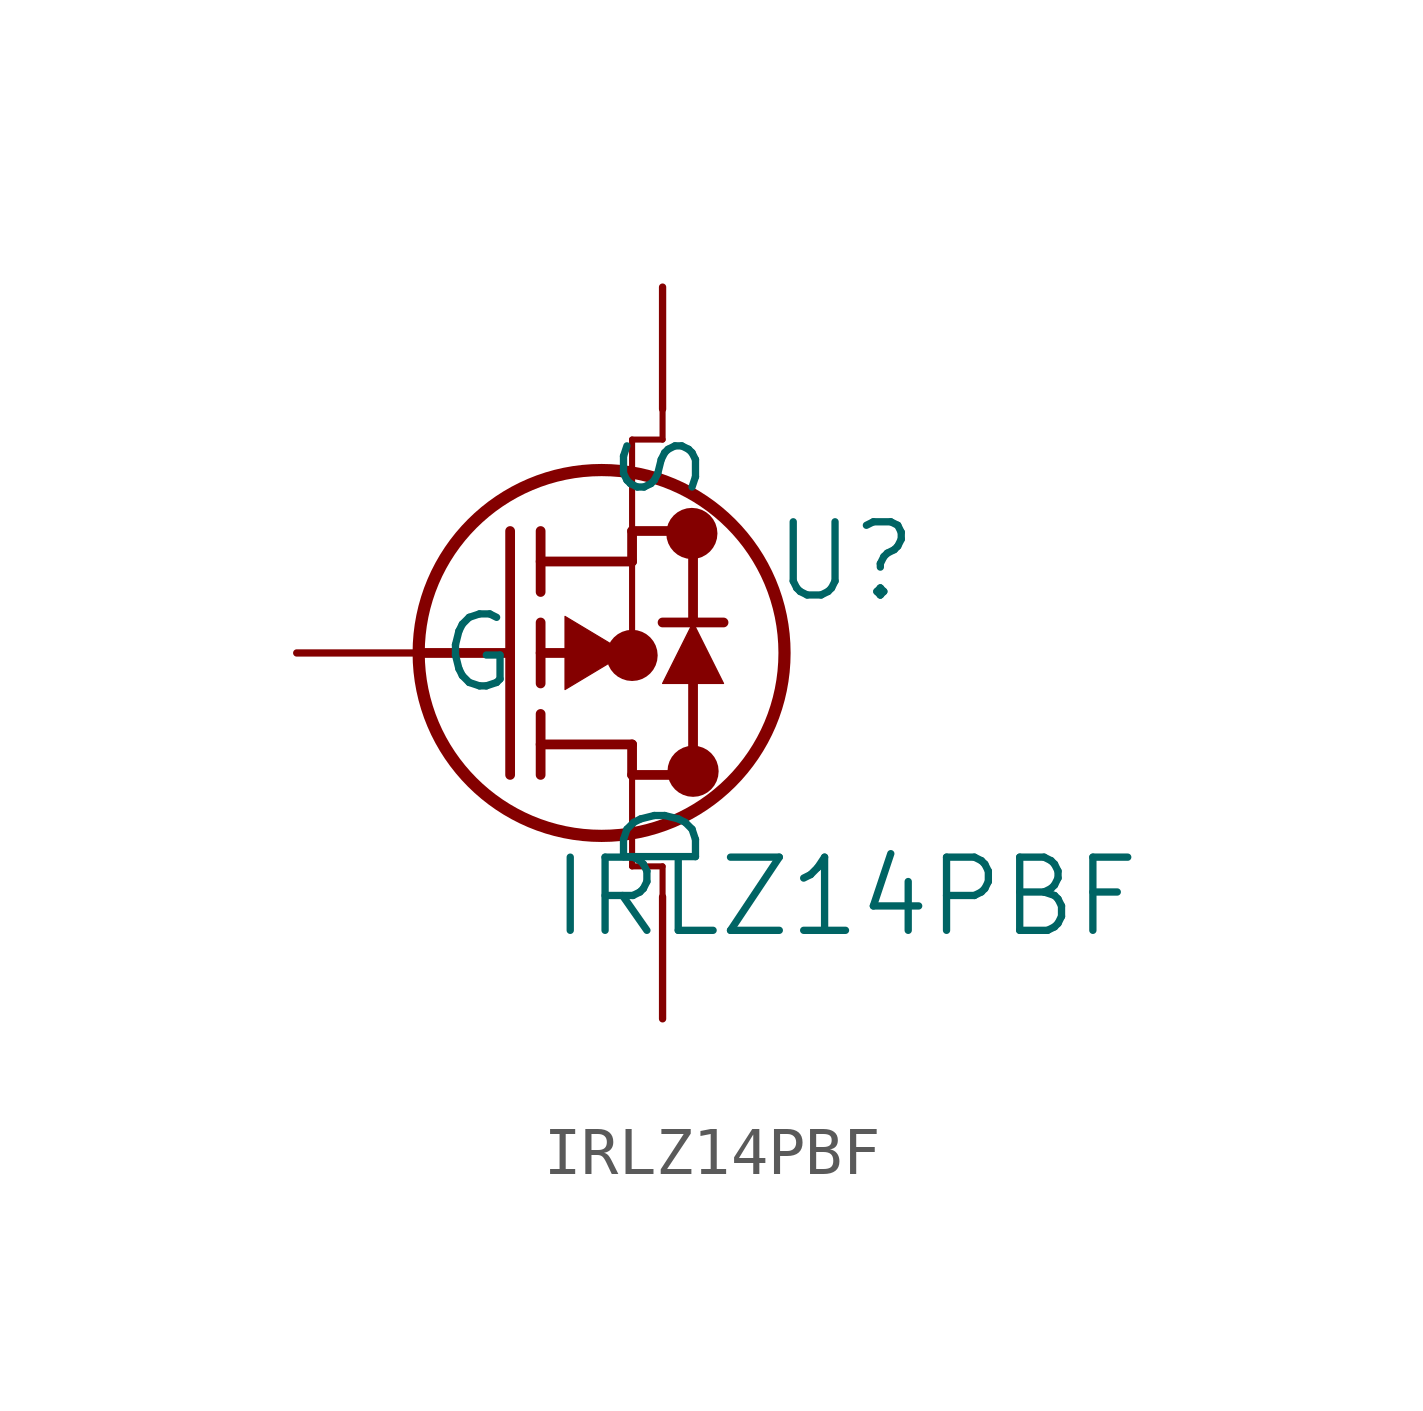
<source format=kicad_sym>
(kicad_symbol_lib
  (version 20211014)
  (generator kicad_symbol_editor)
  (symbol "IRLZ14PBF"
    (pin_numbers hide)
    (pin_names
      (offset 0.381))
    (property "Reference" "U"
      (at 11.43 1.905 0)
      (effects (font (size 1.524 1.524))))
    (property "Value" "IRLZ14PBF"
      (at 11.43 -5.08 0)
      (effects (font (size 1.524 1.524))))
    (property "Datasheet" ""
      (at 0 0 0)
      (effects (font (size 1.524 1.524))))
    (property "ki_locked" ""
      (at 0 0 0)
      (effects (font (size 1.27 1.27))))
    (symbol "IRLZ14PBF_1_1"
      (polyline (pts (xy 2.54 0) (xy 4.445 0)) (stroke (width 0.203) (type default) (color 0 0 0 0)) (fill (type none)))
      (polyline (pts (xy 4.445 -2.54) (xy 4.445 2.54)) (stroke (width 0.203) (type default) (color 0 0 0 0)) (fill (type none)))
      (polyline (pts (xy 5.08 -2.54) (xy 5.08 -1.27)) (stroke (width 0.203) (type default) (color 0 0 0 0)) (fill (type none)))
      (polyline (pts (xy 5.08 -1.905) (xy 6.985 -1.905)) (stroke (width 0.203) (type default) (color 0 0 0 0)) (fill (type none)))
      (polyline (pts (xy 5.08 -0.635) (xy 5.08 0.635)) (stroke (width 0.203) (type default) (color 0 0 0 0)) (fill (type none)))
      (polyline (pts (xy 5.08 0) (xy 5.842 0)) (stroke (width 0.203) (type default) (color 0 0 0 0)) (fill (type none)))
      (polyline (pts (xy 5.08 1.27) (xy 5.08 2.54)) (stroke (width 0.203) (type default) (color 0 0 0 0)) (fill (type none)))
      (polyline (pts (xy 5.08 1.905) (xy 6.985 1.905)) (stroke (width 0.203) (type default) (color 0 0 0 0)) (fill (type none)))
      (polyline (pts (xy 6.985 -2.54) (xy 6.985 -4.445)) (stroke (width 0.127) (type default) (color 0 0 0 0)) (fill (type none)))
      (polyline (pts (xy 6.985 -2.54) (xy 6.985 -1.905)) (stroke (width 0.203) (type default) (color 0 0 0 0)) (fill (type none)))
      (polyline (pts (xy 6.985 -2.54) (xy 8.255 -2.54)) (stroke (width 0.203) (type default) (color 0 0 0 0)) (fill (type none)))
      (polyline (pts (xy 6.985 -0.051) (xy 6.604 0)) (stroke (width 0.127) (type default) (color 0 0 0 0)) (fill (type none)))
      (polyline (pts (xy 6.985 1.905) (xy 6.985 -0.051)) (stroke (width 0.127) (type default) (color 0 0 0 0)) (fill (type none)))
      (polyline (pts (xy 6.985 1.905) (xy 6.985 2.54)) (stroke (width 0.203) (type default) (color 0 0 0 0)) (fill (type none)))
      (polyline (pts (xy 6.985 2.54) (xy 8.255 2.54)) (stroke (width 0.203) (type default) (color 0 0 0 0)) (fill (type none)))
      (polyline (pts (xy 6.985 4.445) (xy 6.985 2.54)) (stroke (width 0.127) (type default) (color 0 0 0 0)) (fill (type none)))
      (polyline (pts (xy 7.62 -4.445) (xy 6.985 -4.445)) (stroke (width 0.127) (type default) (color 0 0 0 0)) (fill (type none)))
      (polyline (pts (xy 7.62 -4.445) (xy 7.62 -5.08)) (stroke (width 0.127) (type default) (color 0 0 0 0)) (fill (type none)))
      (polyline (pts (xy 7.62 4.445) (xy 6.985 4.445)) (stroke (width 0.127) (type default) (color 0 0 0 0)) (fill (type none)))
      (polyline (pts (xy 7.62 5.08) (xy 7.62 4.445)) (stroke (width 0.127) (type default) (color 0 0 0 0)) (fill (type none)))
      (polyline (pts (xy 8.255 -2.54) (xy 8.255 -0.635)) (stroke (width 0.203) (type default) (color 0 0 0 0)) (fill (type none)))
      (polyline (pts (xy 8.255 0.635) (xy 8.255 2.54)) (stroke (width 0.203) (type default) (color 0 0 0 0)) (fill (type none)))
      (polyline (pts (xy 8.89 0.635) (xy 7.62 0.635)) (stroke (width 0.203) (type default) (color 0 0 0 0)) (fill (type none)))
      (polyline (pts (xy 5.588 0.762) (xy 6.858 0) (xy 5.588 -0.762) (xy 5.588 0.762)) (stroke (width 0.025) (type default) (color 0 0 0 0)) (fill (type outline)))
      (polyline (pts (xy 8.89 -0.635) (xy 7.62 -0.635) (xy 8.255 0.635) (xy 8.89 -0.635)) (stroke (width 0.025) (type default) (color 0 0 0 0)) (fill (type outline)))
      (circle (center 6.35 0) (radius 3.81) (stroke (width 0.254) (type default) (color 0 0 0 0)) (fill (type none)))
      (circle (center 6.985 -0.051) (radius 0.025) (stroke (width 0.508) (type default) (color 0 0 0 0)) (fill (type none)))
      (circle (center 8.23 2.489) (radius 0.025) (stroke (width 0.508) (type default) (color 0 0 0 0)) (fill (type none)))
      (circle (center 8.255 -2.464) (radius 0.025) (stroke (width 0.508) (type default) (color 0 0 0 0)) (fill (type none)))
      (pin unspecified line (at 0 0 0) (length 2.54) (name "G" (effects (font (size 1.499 1.499)))) (number "1" (effects (font (size 1.499 1.499)))))
      (pin unspecified line (at 7.62 -7.62 90) (length 2.54) (name "D" (effects (font (size 1.499 1.499)))) (number "2" (effects (font (size 1.499 1.499)))))
      (pin unspecified line (at 7.62 7.62 270) (length 2.54) (name "S" (effects (font (size 1.499 1.499)))) (number "3" (effects (font (size 1.499 1.499))))))))
</source>
